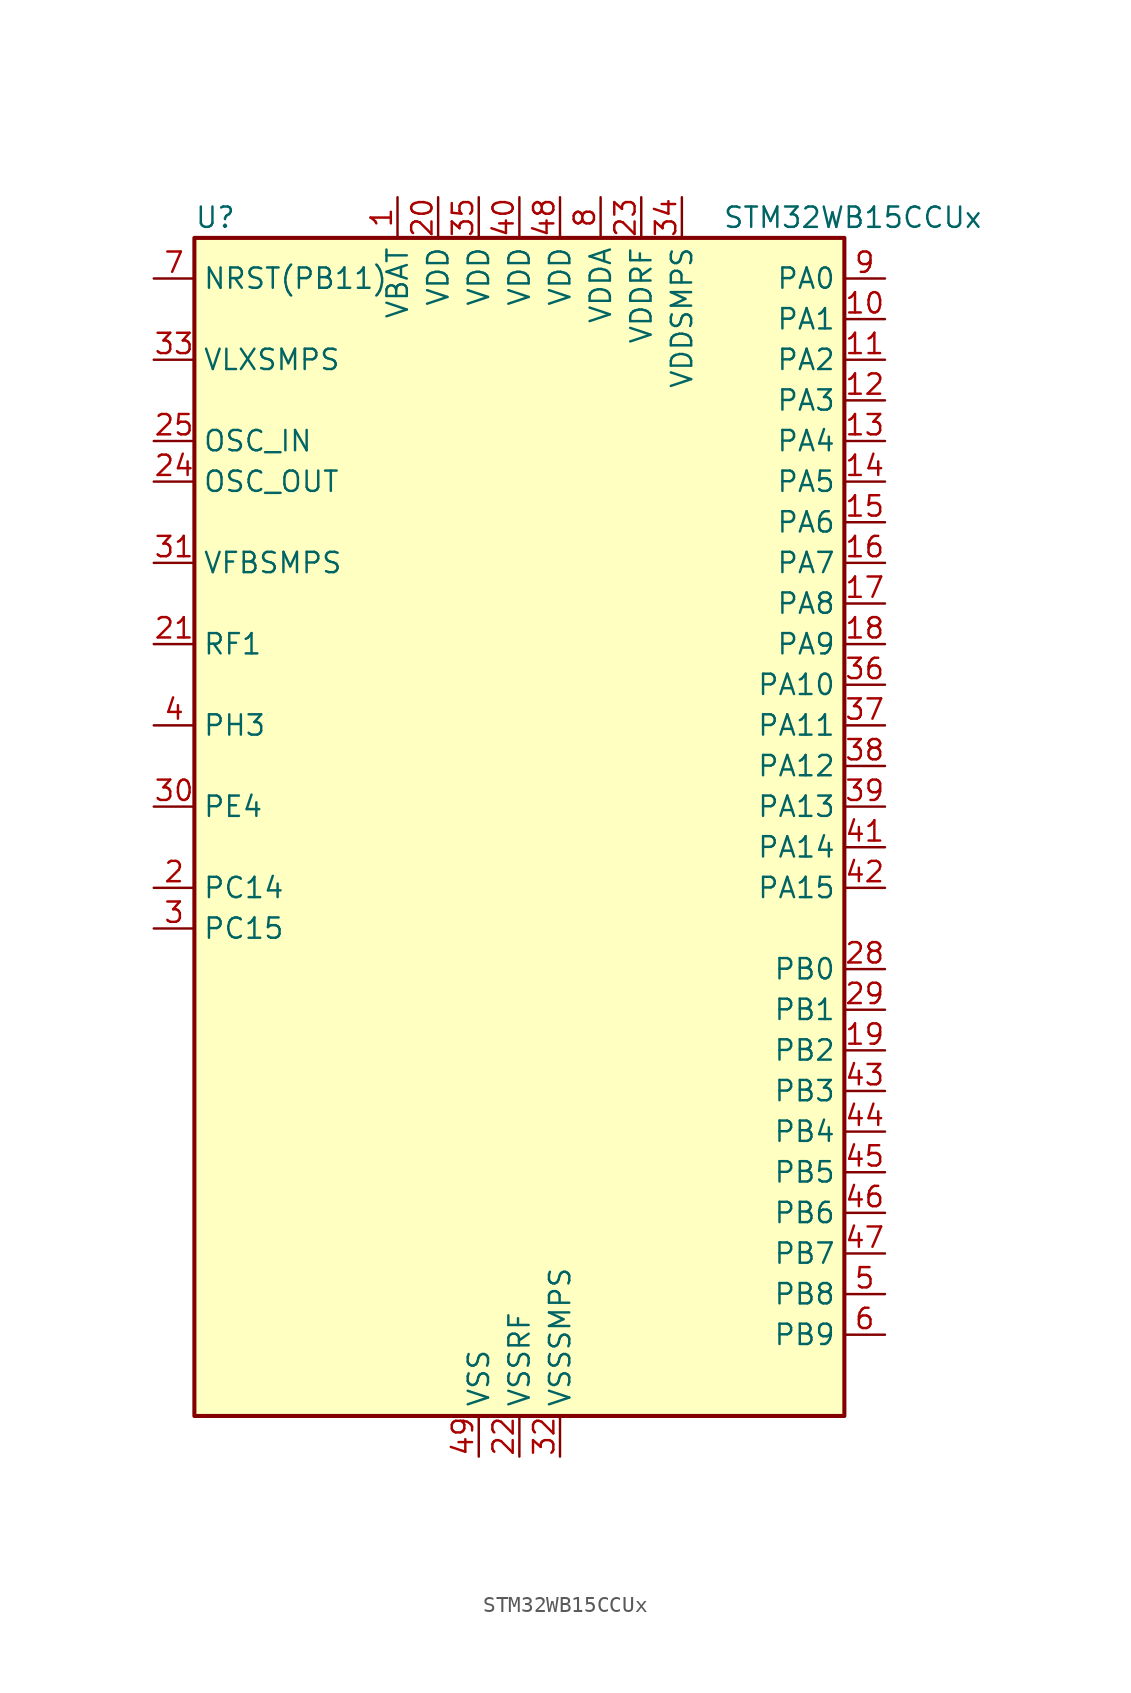
<source format=kicad_sym>
(kicad_symbol_lib
  (version 20220914)
  (generator kicad_symbol_editor)
  (symbol "STM32WB15CCUx"
    (property "Reference" "U"
      (at -20.32 39.37 0)
      (effects (font (size 1.27 1.27)) (justify left)))
    (property "Value" "STM32WB15CCUx"
      (at 12.7 39.37 0)
      (effects (font (size 1.27 1.27)) (justify left)))
    (property "ki_locked" ""
      (at 0 0 0)
      (effects (font (size 1.27 1.27))))
    (symbol "STM32WB15CCUx_0_1"
      (rectangle (start -20.32 -35.56) (end 20.32 38.1) (stroke (width 0.254) (type default)) (fill (type background))))
    (symbol "STM32WB15CCUx_1_1"
      (pin power_in line (at -7.62 40.64 270) (length 2.54) (name "VBAT" (effects (font (size 1.27 1.27)))) (number "1" (effects (font (size 1.27 1.27)))))
      (pin bidirectional line (at 22.86 33.02 180) (length 2.54) (name "PA1" (effects (font (size 1.27 1.27)))) (number "10" (effects (font (size 1.27 1.27)))) (alternate "ADC1_IN6" bidirectional line) (alternate "COMP1_INP" bidirectional line) (alternate "I2C1_SMBA" bidirectional line) (alternate "SPI1_SCK" bidirectional line) (alternate "TIM2_CH2" bidirectional line))
      (pin bidirectional line (at 22.86 30.48 180) (length 2.54) (name "PA2" (effects (font (size 1.27 1.27)))) (number "11" (effects (font (size 1.27 1.27)))) (alternate "ADC1_IN7" bidirectional line) (alternate "LPUART1_TX" bidirectional line) (alternate "RCC_LSCO" bidirectional line) (alternate "SYS_WKUP4" bidirectional line) (alternate "TIM2_CH3" bidirectional line))
      (pin bidirectional line (at 22.86 27.94 180) (length 2.54) (name "PA3" (effects (font (size 1.27 1.27)))) (number "12" (effects (font (size 1.27 1.27)))) (alternate "ADC1_IN8" bidirectional line) (alternate "LPUART1_RX" bidirectional line) (alternate "TIM2_CH4" bidirectional line))
      (pin bidirectional line (at 22.86 25.4 180) (length 2.54) (name "PA4" (effects (font (size 1.27 1.27)))) (number "13" (effects (font (size 1.27 1.27)))) (alternate "ADC1_IN9" bidirectional line) (alternate "COMP1_INM" bidirectional line) (alternate "LPTIM2_OUT" bidirectional line) (alternate "SPI1_NSS" bidirectional line))
      (pin bidirectional line (at 22.86 22.86 180) (length 2.54) (name "PA5" (effects (font (size 1.27 1.27)))) (number "14" (effects (font (size 1.27 1.27)))) (alternate "ADC1_IN10" bidirectional line) (alternate "COMP1_INM" bidirectional line) (alternate "LPTIM2_ETR" bidirectional line) (alternate "SPI1_MOSI" bidirectional line) (alternate "SPI1_SCK" bidirectional line) (alternate "TIM2_CH1" bidirectional line) (alternate "TIM2_ETR" bidirectional line))
      (pin bidirectional line (at 22.86 20.32 180) (length 2.54) (name "PA6" (effects (font (size 1.27 1.27)))) (number "15" (effects (font (size 1.27 1.27)))) (alternate "ADC1_IN11" bidirectional line) (alternate "LPUART1_CTS" bidirectional line) (alternate "SPI1_MISO" bidirectional line) (alternate "TIM1_BKIN" bidirectional line))
      (pin bidirectional line (at 22.86 17.78 180) (length 2.54) (name "PA7" (effects (font (size 1.27 1.27)))) (number "16" (effects (font (size 1.27 1.27)))) (alternate "ADC1_IN2" bidirectional line) (alternate "SPI1_MOSI" bidirectional line) (alternate "TIM1_CH1N" bidirectional line))
      (pin bidirectional line (at 22.86 15.24 180) (length 2.54) (name "PA8" (effects (font (size 1.27 1.27)))) (number "17" (effects (font (size 1.27 1.27)))) (alternate "ADC1_IN3" bidirectional line) (alternate "LPTIM2_OUT" bidirectional line) (alternate "RCC_MCO" bidirectional line) (alternate "TIM1_CH1" bidirectional line) (alternate "USART1_CK" bidirectional line))
      (pin bidirectional line (at 22.86 12.7 180) (length 2.54) (name "PA9" (effects (font (size 1.27 1.27)))) (number "18" (effects (font (size 1.27 1.27)))) (alternate "ADC1_IN4" bidirectional line) (alternate "COMP1_INM" bidirectional line) (alternate "I2C1_SCL" bidirectional line) (alternate "TIM1_CH2" bidirectional line) (alternate "USART1_TX" bidirectional line))
      (pin bidirectional line (at 22.86 -12.7 180) (length 2.54) (name "PB2" (effects (font (size 1.27 1.27)))) (number "19" (effects (font (size 1.27 1.27)))) (alternate "COMP1_INP" bidirectional line) (alternate "LPTIM1_OUT" bidirectional line) (alternate "RTC_OUT" bidirectional line) (alternate "SPI1_NSS" bidirectional line))
      (pin bidirectional line (at -22.86 -2.54 0) (length 2.54) (name "PC14" (effects (font (size 1.27 1.27)))) (number "2" (effects (font (size 1.27 1.27)))) (alternate "RCC_OSC32_IN" bidirectional line))
      (pin power_in line (at -5.08 40.64 270) (length 2.54) (name "VDD" (effects (font (size 1.27 1.27)))) (number "20" (effects (font (size 1.27 1.27)))))
      (pin bidirectional line (at -22.86 12.7 0) (length 2.54) (name "RF1" (effects (font (size 1.27 1.27)))) (number "21" (effects (font (size 1.27 1.27)))) (alternate "RF_RF1" bidirectional line))
      (pin power_in line (at 0 -38.1 90) (length 2.54) (name "VSSRF" (effects (font (size 1.27 1.27)))) (number "22" (effects (font (size 1.27 1.27)))))
      (pin power_in line (at 7.62 40.64 270) (length 2.54) (name "VDDRF" (effects (font (size 1.27 1.27)))) (number "23" (effects (font (size 1.27 1.27)))))
      (pin input line (at -22.86 22.86 0) (length 2.54) (name "OSC_OUT" (effects (font (size 1.27 1.27)))) (number "24" (effects (font (size 1.27 1.27)))) (alternate "RCC_OSC_OUT" bidirectional line))
      (pin input line (at -22.86 25.4 0) (length 2.54) (name "OSC_IN" (effects (font (size 1.27 1.27)))) (number "25" (effects (font (size 1.27 1.27)))) (alternate "RCC_OSC_IN" bidirectional line))
      (pin no_connect line (at -20.32 -35.56 0) (length 2.54) hide (name "AT0" (effects (font (size 1.27 1.27)))) (number "26" (effects (font (size 1.27 1.27)))))
      (pin no_connect line (at -20.32 -33.02 0) (length 2.54) hide (name "AT1" (effects (font (size 1.27 1.27)))) (number "27" (effects (font (size 1.27 1.27)))))
      (pin bidirectional line (at 22.86 -7.62 180) (length 2.54) (name "PB0" (effects (font (size 1.27 1.27)))) (number "28" (effects (font (size 1.27 1.27)))) (alternate "COMP1_OUT" bidirectional line) (alternate "RF_TX_MOD_EXT_PA" bidirectional line))
      (pin bidirectional line (at 22.86 -10.16 180) (length 2.54) (name "PB1" (effects (font (size 1.27 1.27)))) (number "29" (effects (font (size 1.27 1.27)))) (alternate "LPTIM2_IN1" bidirectional line) (alternate "LPUART1_DE" bidirectional line) (alternate "LPUART1_RTS" bidirectional line))
      (pin bidirectional line (at -22.86 -5.08 0) (length 2.54) (name "PC15" (effects (font (size 1.27 1.27)))) (number "3" (effects (font (size 1.27 1.27)))) (alternate "RCC_OSC32_OUT" bidirectional line))
      (pin bidirectional line (at -22.86 2.54 0) (length 2.54) (name "PE4" (effects (font (size 1.27 1.27)))) (number "30" (effects (font (size 1.27 1.27)))))
      (pin input line (at -22.86 17.78 0) (length 2.54) (name "VFBSMPS" (effects (font (size 1.27 1.27)))) (number "31" (effects (font (size 1.27 1.27)))))
      (pin power_in line (at 2.54 -38.1 90) (length 2.54) (name "VSSSMPS" (effects (font (size 1.27 1.27)))) (number "32" (effects (font (size 1.27 1.27)))))
      (pin power_in line (at -22.86 30.48 0) (length 2.54) (name "VLXSMPS" (effects (font (size 1.27 1.27)))) (number "33" (effects (font (size 1.27 1.27)))))
      (pin power_in line (at 10.16 40.64 270) (length 2.54) (name "VDDSMPS" (effects (font (size 1.27 1.27)))) (number "34" (effects (font (size 1.27 1.27)))))
      (pin power_in line (at -2.54 40.64 270) (length 2.54) (name "VDD" (effects (font (size 1.27 1.27)))) (number "35" (effects (font (size 1.27 1.27)))))
      (pin bidirectional line (at 22.86 10.16 180) (length 2.54) (name "PA10" (effects (font (size 1.27 1.27)))) (number "36" (effects (font (size 1.27 1.27)))) (alternate "I2C1_SDA" bidirectional line) (alternate "TIM1_CH3" bidirectional line) (alternate "TSC_G7_IO2" bidirectional line) (alternate "USART1_RX" bidirectional line))
      (pin bidirectional line (at 22.86 7.62 180) (length 2.54) (name "PA11" (effects (font (size 1.27 1.27)))) (number "37" (effects (font (size 1.27 1.27)))) (alternate "ADC1_EXTI11" bidirectional line) (alternate "SPI1_MISO" bidirectional line) (alternate "TIM1_BKIN2" bidirectional line) (alternate "TIM1_CH4" bidirectional line) (alternate "USART1_CTS" bidirectional line) (alternate "USART1_NSS" bidirectional line))
      (pin bidirectional line (at 22.86 5.08 180) (length 2.54) (name "PA12" (effects (font (size 1.27 1.27)))) (number "38" (effects (font (size 1.27 1.27)))) (alternate "LPUART1_RX" bidirectional line) (alternate "SPI1_MOSI" bidirectional line) (alternate "TIM1_ETR" bidirectional line) (alternate "USART1_DE" bidirectional line) (alternate "USART1_RTS" bidirectional line))
      (pin bidirectional line (at 22.86 2.54 180) (length 2.54) (name "PA13" (effects (font (size 1.27 1.27)))) (number "39" (effects (font (size 1.27 1.27)))) (alternate "SPI1_MOSI" bidirectional line) (alternate "SYS_JTMS-SWDIO" bidirectional line) (alternate "TSC_G7_IO1" bidirectional line))
      (pin bidirectional line (at -22.86 7.62 0) (length 2.54) (name "PH3" (effects (font (size 1.27 1.27)))) (number "4" (effects (font (size 1.27 1.27)))) (alternate "RCC_LSCO" bidirectional line))
      (pin power_in line (at 0 40.64 270) (length 2.54) (name "VDD" (effects (font (size 1.27 1.27)))) (number "40" (effects (font (size 1.27 1.27)))))
      (pin bidirectional line (at 22.86 0 180) (length 2.54) (name "PA14" (effects (font (size 1.27 1.27)))) (number "41" (effects (font (size 1.27 1.27)))) (alternate "I2C1_SMBA" bidirectional line) (alternate "LPTIM1_OUT" bidirectional line) (alternate "SPI1_NSS" bidirectional line) (alternate "SYS_JTCK-SWCLK" bidirectional line))
      (pin bidirectional line (at 22.86 -2.54 180) (length 2.54) (name "PA15" (effects (font (size 1.27 1.27)))) (number "42" (effects (font (size 1.27 1.27)))) (alternate "RCC_MCO" bidirectional line) (alternate "SPI1_NSS" bidirectional line) (alternate "SYS_JTDI" bidirectional line) (alternate "TIM2_CH1" bidirectional line) (alternate "TIM2_ETR" bidirectional line))
      (pin bidirectional line (at 22.86 -15.24 180) (length 2.54) (name "PB3" (effects (font (size 1.27 1.27)))) (number "43" (effects (font (size 1.27 1.27)))) (alternate "SPI1_SCK" bidirectional line) (alternate "SYS_JTDO-SWO" bidirectional line) (alternate "TIM2_CH2" bidirectional line) (alternate "USART1_DE" bidirectional line) (alternate "USART1_RTS" bidirectional line))
      (pin bidirectional line (at 22.86 -17.78 180) (length 2.54) (name "PB4" (effects (font (size 1.27 1.27)))) (number "44" (effects (font (size 1.27 1.27)))) (alternate "SPI1_MISO" bidirectional line) (alternate "SYS_JTRST" bidirectional line) (alternate "TSC_G2_IO1" bidirectional line) (alternate "USART1_CTS" bidirectional line) (alternate "USART1_NSS" bidirectional line))
      (pin bidirectional line (at 22.86 -20.32 180) (length 2.54) (name "PB5" (effects (font (size 1.27 1.27)))) (number "45" (effects (font (size 1.27 1.27)))) (alternate "I2C1_SMBA" bidirectional line) (alternate "LPTIM1_IN1" bidirectional line) (alternate "LPUART1_TX" bidirectional line) (alternate "SPI1_MOSI" bidirectional line) (alternate "TSC_G2_IO2" bidirectional line) (alternate "USART1_CK" bidirectional line))
      (pin bidirectional line (at 22.86 -22.86 180) (length 2.54) (name "PB6" (effects (font (size 1.27 1.27)))) (number "46" (effects (font (size 1.27 1.27)))) (alternate "I2C1_SCL" bidirectional line) (alternate "LPTIM1_ETR" bidirectional line) (alternate "RCC_MCO" bidirectional line) (alternate "SPI1_NSS" bidirectional line) (alternate "TSC_G2_IO3" bidirectional line) (alternate "USART1_TX" bidirectional line))
      (pin bidirectional line (at 22.86 -25.4 180) (length 2.54) (name "PB7" (effects (font (size 1.27 1.27)))) (number "47" (effects (font (size 1.27 1.27)))) (alternate "I2C1_SDA" bidirectional line) (alternate "LPTIM1_IN2" bidirectional line) (alternate "SYS_PVD_IN" bidirectional line) (alternate "TIM1_BKIN" bidirectional line) (alternate "TIM1_CH3" bidirectional line) (alternate "TSC_G2_IO4" bidirectional line) (alternate "USART1_RX" bidirectional line))
      (pin power_in line (at 2.54 40.64 270) (length 2.54) (name "VDD" (effects (font (size 1.27 1.27)))) (number "48" (effects (font (size 1.27 1.27)))))
      (pin power_in line (at -2.54 -38.1 90) (length 2.54) (name "VSS" (effects (font (size 1.27 1.27)))) (number "49" (effects (font (size 1.27 1.27)))))
      (pin bidirectional line (at 22.86 -27.94 180) (length 2.54) (name "PB8" (effects (font (size 1.27 1.27)))) (number "5" (effects (font (size 1.27 1.27)))) (alternate "I2C1_SCL" bidirectional line) (alternate "TIM1_CH2N" bidirectional line) (alternate "TSC_G7_IO3" bidirectional line))
      (pin bidirectional line (at 22.86 -30.48 180) (length 2.54) (name "PB9" (effects (font (size 1.27 1.27)))) (number "6" (effects (font (size 1.27 1.27)))) (alternate "I2C1_SDA" bidirectional line) (alternate "TIM1_CH3N" bidirectional line) (alternate "TSC_G7_IO4" bidirectional line))
      (pin input line (at -22.86 35.56 0) (length 2.54) (name "NRST(PB11)" (effects (font (size 1.27 1.27)))) (number "7" (effects (font (size 1.27 1.27)))))
      (pin power_in line (at 5.08 40.64 270) (length 2.54) (name "VDDA" (effects (font (size 1.27 1.27)))) (number "8" (effects (font (size 1.27 1.27)))))
      (pin bidirectional line (at 22.86 35.56 180) (length 2.54) (name "PA0" (effects (font (size 1.27 1.27)))) (number "9" (effects (font (size 1.27 1.27)))) (alternate "ADC1_IN5" bidirectional line) (alternate "COMP1_INM" bidirectional line) (alternate "COMP1_OUT" bidirectional line) (alternate "RTC_TAMP2" bidirectional line) (alternate "SYS_WKUP1" bidirectional line) (alternate "TIM2_CH1" bidirectional line) (alternate "TIM2_ETR" bidirectional line)))))
</source>
